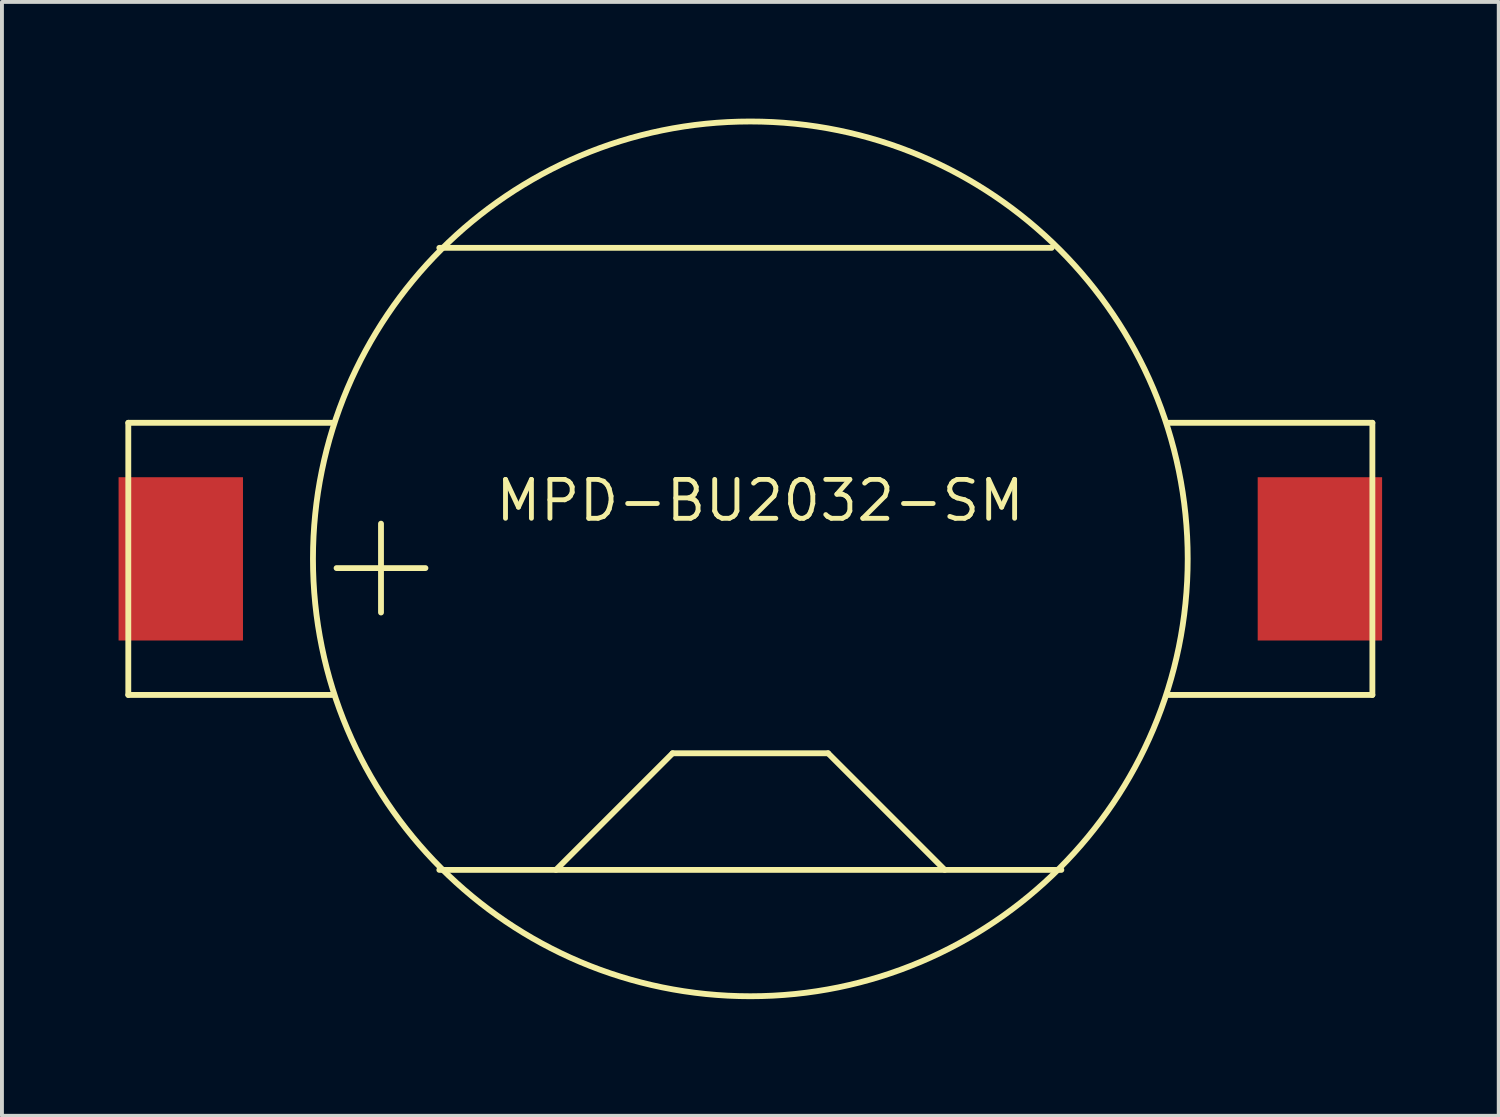
<source format=kicad_pcb>
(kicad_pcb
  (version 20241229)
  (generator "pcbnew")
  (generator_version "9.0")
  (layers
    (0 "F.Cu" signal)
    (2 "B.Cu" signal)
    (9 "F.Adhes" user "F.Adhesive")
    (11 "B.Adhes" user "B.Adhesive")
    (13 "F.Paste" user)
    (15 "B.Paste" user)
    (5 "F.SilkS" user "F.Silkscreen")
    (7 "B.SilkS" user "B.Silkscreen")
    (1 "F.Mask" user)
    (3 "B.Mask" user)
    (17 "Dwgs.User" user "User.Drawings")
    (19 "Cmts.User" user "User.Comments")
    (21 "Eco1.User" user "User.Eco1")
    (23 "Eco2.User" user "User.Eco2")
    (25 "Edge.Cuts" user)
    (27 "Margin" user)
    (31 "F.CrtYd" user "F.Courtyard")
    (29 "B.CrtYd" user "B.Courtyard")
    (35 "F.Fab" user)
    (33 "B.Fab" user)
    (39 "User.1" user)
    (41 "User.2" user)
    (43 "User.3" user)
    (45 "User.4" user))
  (footprint "MPD-BU2032-SM"
    (layer "F.Cu")
    (at 16.25 11.325)
    (property "Reference" "MPD-BU2032-SM" (at 0.25 -1.5 180) (layer "F.SilkS") (effects (font (size 1 1) (thickness 0.125))))
    (attr through_hole)
    (fp_line (start -16 -3.5) (end -16 3.5) (stroke (width 0.15) (type solid)) (layer "F.SilkS"))
    (fp_line (start -10.75 -3.5) (end -16 -3.5) (stroke (width 0.15) (type solid)) (layer "F.SilkS"))
    (fp_line (start -10.75 3.5) (end -16 3.5) (stroke (width 0.15) (type solid)) (layer "F.SilkS"))
    (fp_line (start -8 -8) (end 7.75 -8) (stroke (width 0.15) (type solid)) (layer "F.SilkS"))
    (fp_line (start -5 8) (end -2 5) (stroke (width 0.15) (type solid)) (layer "F.SilkS"))
    (fp_line (start -2 5) (end 2 5) (stroke (width 0.15) (type solid)) (layer "F.SilkS"))
    (fp_line (start 2 5) (end 5 8) (stroke (width 0.15) (type solid)) (layer "F.SilkS"))
    (fp_line (start 8 8) (end -8 8) (stroke (width 0.15) (type solid)) (layer "F.SilkS"))
    (fp_line (start 10.75 -3.5) (end 16 -3.5) (stroke (width 0.15) (type solid)) (layer "F.SilkS"))
    (fp_line (start 16 -3.5) (end 16 3.5) (stroke (width 0.15) (type solid)) (layer "F.SilkS"))
    (fp_line (start 16 3.5) (end 10.75 3.5) (stroke (width 0.15) (type solid)) (layer "F.SilkS"))
    (fp_circle (center 0 0) (end 0 -11.25) (stroke (width 0.15) (type solid)) (fill no) (layer "F.SilkS"))
    (fp_text user "+" (at -9.5 0 0) (layer "F.SilkS") (effects (font (size 3 3) (thickness 0.15))))
    (pad "1" smd rect (at -14.65 0) (size 3.2 4.2) (layers "F.Cu" "F.Mask" "F.Paste"))
    (pad "2" smd rect (at 14.65 0) (size 3.2 4.2) (layers "F.Cu" "F.Mask" "F.Paste")))
  (gr_rect
    (start -3 -3)
    (end 35.5 25.65)
    (stroke (width 0.1) (type default))
    (fill no)
    (layer "Edge.Cuts")))
</source>
